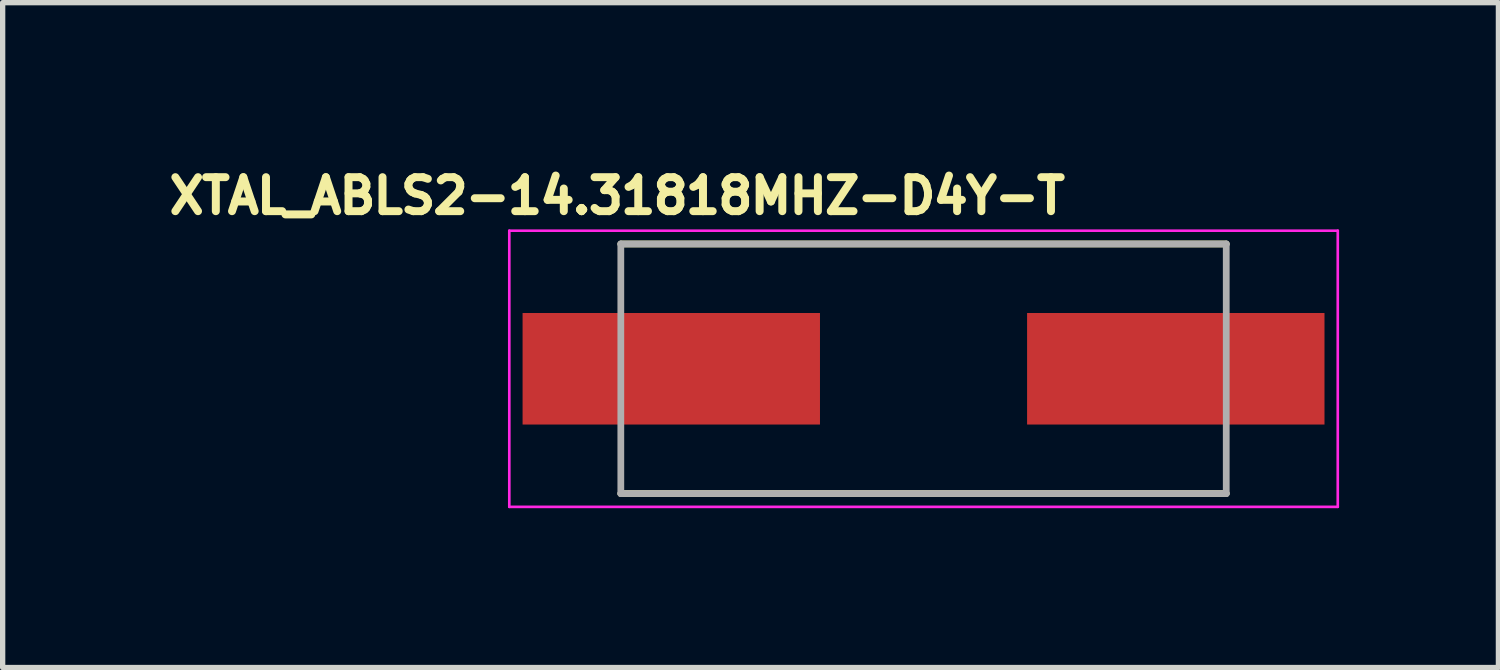
<source format=kicad_pcb>
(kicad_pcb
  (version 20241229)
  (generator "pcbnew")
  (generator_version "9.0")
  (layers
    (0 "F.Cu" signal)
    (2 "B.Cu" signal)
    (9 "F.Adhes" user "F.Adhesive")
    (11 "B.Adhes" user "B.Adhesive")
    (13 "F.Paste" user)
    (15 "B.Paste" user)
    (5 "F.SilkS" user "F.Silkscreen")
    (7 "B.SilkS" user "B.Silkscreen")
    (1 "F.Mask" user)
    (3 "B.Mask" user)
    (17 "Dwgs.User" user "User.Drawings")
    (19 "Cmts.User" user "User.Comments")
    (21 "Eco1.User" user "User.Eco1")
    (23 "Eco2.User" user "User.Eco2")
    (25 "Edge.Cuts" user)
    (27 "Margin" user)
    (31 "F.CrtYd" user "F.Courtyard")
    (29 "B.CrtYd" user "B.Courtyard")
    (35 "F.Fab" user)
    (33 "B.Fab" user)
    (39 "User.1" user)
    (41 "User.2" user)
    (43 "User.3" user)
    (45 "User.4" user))
  (footprint "XTAL_ABLS2-14.31818MHZ-D4Y-T"
    (layer "F.Cu")
    (at 14.34 3.894)
    (property "Reference" "XTAL_ABLS2-14.31818MHZ-D4Y-T" (at -5.768 -3.256 0) (layer "F.SilkS") (effects (font (size 0.64 0.64) (thickness 0.15))))
    (attr smd)
    (fp_line (start -5.7 -2.35) (end 5.7 -2.35) (stroke (width 0.127) (type solid)) (layer "F.SilkS"))
    (fp_line (start -5.7 2.35) (end 5.7 2.35) (stroke (width 0.127) (type solid)) (layer "F.SilkS"))
    (fp_line (start -7.8 -2.6) (end -7.8 2.6) (stroke (width 0.05) (type solid)) (layer "F.CrtYd"))
    (fp_line (start -7.8 2.6) (end 7.8 2.6) (stroke (width 0.05) (type solid)) (layer "F.CrtYd"))
    (fp_line (start 7.8 -2.6) (end -7.8 -2.6) (stroke (width 0.05) (type solid)) (layer "F.CrtYd"))
    (fp_line (start 7.8 2.6) (end 7.8 -2.6) (stroke (width 0.05) (type solid)) (layer "F.CrtYd"))
    (fp_line (start -5.7 -2.35) (end -5.7 2.35) (stroke (width 0.127) (type solid)) (layer "F.Fab"))
    (fp_line (start -5.7 -2.35) (end 5.7 -2.35) (stroke (width 0.127) (type solid)) (layer "F.Fab"))
    (fp_line (start -5.7 2.35) (end 5.7 2.35) (stroke (width 0.127) (type solid)) (layer "F.Fab"))
    (fp_line (start 5.7 -2.35) (end 5.7 2.35) (stroke (width 0.127) (type solid)) (layer "F.Fab"))
    (pad "1" smd rect (at -4.75 0) (size 5.6 2.1) (layers "F.Cu" "F.Mask" "F.Paste"))
    (pad "2" smd rect (at 4.75 0) (size 5.6 2.1) (layers "F.Cu" "F.Mask" "F.Paste")))
  (gr_rect
    (start -3 -3)
    (end 25.165 9.519)
    (stroke (width 0.1) (type default))
    (fill no)
    (layer "Edge.Cuts")))
</source>
